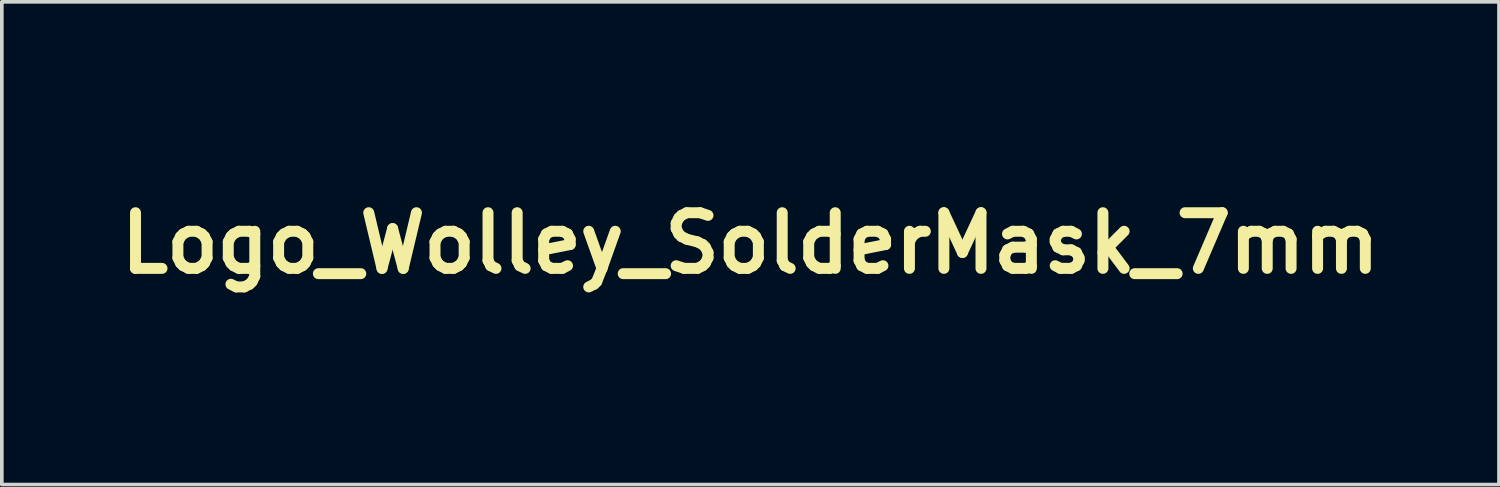
<source format=kicad_pcb>
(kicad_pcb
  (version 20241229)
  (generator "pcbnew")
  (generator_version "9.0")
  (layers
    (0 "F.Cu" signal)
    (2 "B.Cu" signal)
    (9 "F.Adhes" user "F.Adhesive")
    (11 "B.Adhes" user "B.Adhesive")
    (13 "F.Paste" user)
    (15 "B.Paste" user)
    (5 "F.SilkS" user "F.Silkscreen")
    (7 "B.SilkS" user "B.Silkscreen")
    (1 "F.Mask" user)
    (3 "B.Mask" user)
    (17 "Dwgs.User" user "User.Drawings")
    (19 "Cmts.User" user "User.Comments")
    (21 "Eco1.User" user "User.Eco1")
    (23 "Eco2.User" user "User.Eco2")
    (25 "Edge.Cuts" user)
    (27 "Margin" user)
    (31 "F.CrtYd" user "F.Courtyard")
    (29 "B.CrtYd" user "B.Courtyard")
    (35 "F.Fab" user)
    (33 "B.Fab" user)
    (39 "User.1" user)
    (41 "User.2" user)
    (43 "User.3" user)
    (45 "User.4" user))
  (footprint "Logo_Wolley_SolderMask_7mm"
    (layer "F.Cu")
    (at 17.497 3.609)
    (property "Reference" "Logo_Wolley_SolderMask_7mm" (at 0 0 0) (layer "F.SilkS") (effects (font (size 1.524 1.524) (thickness 0.3))))
    (attr through_hole)
    (fp_poly (pts (xy -7.704 -3.601) (xy -7.637 -3.592) (xy -7.571 -3.577) (xy -7.504 -3.557) (xy -7.436 -3.53) (xy -7.368 -3.496) (xy -7.364 -3.495) (xy -7.315 -3.466) (xy -7.27 -3.435) (xy -7.232 -3.401) (xy -7.198 -3.364) (xy -7.17 -3.324) (xy -7.147 -3.281) (xy -7.127 -3.233) (xy -7.113 -3.181) (xy -7.102 -3.124) (xy -7.1 -3.115) (xy -7.099 -3.099) (xy -7.097 -3.082) (xy -7.096 -3.063) (xy -7.095 -3.04) (xy -7.095 -3.013) (xy -7.095 -2.985) (xy -7.095 -2.955) (xy -7.095 -2.929) (xy -7.096 -2.905) (xy -7.098 -2.882) (xy -7.1 -2.858) (xy -7.103 -2.834) (xy -7.107 -2.806) (xy -7.112 -2.776) (xy -7.118 -2.74) (xy -7.122 -2.719) (xy -7.132 -2.666) (xy -7.143 -2.612) (xy -7.156 -2.556) (xy -7.17 -2.499) (xy -7.186 -2.44) (xy -7.204 -2.378) (xy -7.223 -2.315) (xy -7.245 -2.249) (xy -7.268 -2.18) (xy -7.293 -2.108) (xy -7.32 -2.033) (xy -7.35 -1.954) (xy -7.381 -1.872) (xy -7.416 -1.786) (xy -7.452 -1.695) (xy -7.491 -1.601) (xy -7.533 -1.501) (xy -7.577 -1.397) (xy -7.624 -1.288) (xy -7.674 -1.173) (xy -7.699 -1.118) (xy -7.716 -1.079) (xy -7.732 -1.041) (xy -7.749 -1.004) (xy -7.765 -0.968) (xy -7.781 -0.932) (xy -7.797 -0.896) (xy -7.813 -0.859) (xy -7.83 -0.821) (xy -7.848 -0.782) (xy -7.866 -0.742) (xy -7.885 -0.699) (xy -7.906 -0.653) (xy -7.927 -0.605) (xy -7.951 -0.554) (xy -7.975 -0.499) (xy -8.002 -0.441) (xy -8.03 -0.378) (xy -8.061 -0.31) (xy -8.094 -0.237) (xy -8.13 -0.16) (xy -8.133 -0.152) (xy -8.162 -0.088) (xy -8.189 -0.028) (xy -8.214 0.026) (xy -8.236 0.076) (xy -8.257 0.121) (xy -8.276 0.163) (xy -8.293 0.201) (xy -8.309 0.237) (xy -8.324 0.269) (xy -8.337 0.299) (xy -8.35 0.327) (xy -8.362 0.354) (xy -8.373 0.38) (xy -8.384 0.405) (xy -8.395 0.429) (xy -8.405 0.454) (xy -8.416 0.478) (xy -8.421 0.489) (xy -8.464 0.589) (xy -8.504 0.684) (xy -8.541 0.774) (xy -8.575 0.859) (xy -8.605 0.939) (xy -8.633 1.015) (xy -8.659 1.087) (xy -8.681 1.155) (xy -8.701 1.219) (xy -8.717 1.28) (xy -8.732 1.337) (xy -8.744 1.391) (xy -8.753 1.442) (xy -8.76 1.491) (xy -8.765 1.537) (xy -8.767 1.581) (xy -8.768 1.623) (xy -8.766 1.652) (xy -8.764 1.683) (xy -8.76 1.709) (xy -8.755 1.731) (xy -8.748 1.75) (xy -8.739 1.765) (xy -8.728 1.78) (xy -8.727 1.781) (xy -8.71 1.794) (xy -8.69 1.804) (xy -8.668 1.809) (xy -8.667 1.809) (xy -8.643 1.808) (xy -8.617 1.803) (xy -8.586 1.792) (xy -8.553 1.777) (xy -8.517 1.757) (xy -8.478 1.733) (xy -8.437 1.704) (xy -8.393 1.672) (xy -8.347 1.635) (xy -8.298 1.594) (xy -8.248 1.55) (xy -8.197 1.502) (xy -8.143 1.451) (xy -8.089 1.397) (xy -8.033 1.339) (xy -7.977 1.279) (xy -7.919 1.215) (xy -7.885 1.176) (xy -7.793 1.069) (xy -7.701 0.956) (xy -7.607 0.837) (xy -7.513 0.712) (xy -7.418 0.582) (xy -7.322 0.447) (xy -7.226 0.307) (xy -7.13 0.161) (xy -7.034 0.012) (xy -6.938 -0.143) (xy -6.843 -0.298) (xy -6.814 -0.347) (xy -6.786 -0.395) (xy -6.759 -0.441) (xy -6.732 -0.487) (xy -6.706 -0.532) (xy -6.68 -0.578) (xy -6.653 -0.625) (xy -6.626 -0.674) (xy -6.598 -0.724) (xy -6.568 -0.777) (xy -6.537 -0.834) (xy -6.505 -0.893) (xy -6.47 -0.957) (xy -6.433 -1.026) (xy -6.398 -1.091) (xy -6.366 -1.148) (xy -6.338 -1.201) (xy -6.312 -1.249) (xy -6.288 -1.291) (xy -6.267 -1.33) (xy -6.247 -1.365) (xy -6.229 -1.395) (xy -6.213 -1.423) (xy -6.198 -1.447) (xy -6.184 -1.469) (xy -6.171 -1.488) (xy -6.159 -1.505) (xy -6.148 -1.521) (xy -6.136 -1.535) (xy -6.125 -1.547) (xy -6.114 -1.559) (xy -6.106 -1.569) (xy -6.081 -1.592) (xy -6.058 -1.61) (xy -6.035 -1.624) (xy -6.011 -1.634) (xy -5.985 -1.641) (xy -5.974 -1.643) (xy -5.952 -1.646) (xy -5.932 -1.647) (xy -5.911 -1.647) (xy -5.887 -1.645) (xy -5.87 -1.643) (xy -5.831 -1.637) (xy -5.794 -1.628) (xy -5.758 -1.616) (xy -5.72 -1.601) (xy -5.691 -1.587) (xy -5.635 -1.557) (xy -5.582 -1.521) (xy -5.534 -1.482) (xy -5.489 -1.437) (xy -5.449 -1.39) (xy -5.414 -1.339) (xy -5.384 -1.284) (xy -5.36 -1.228) (xy -5.341 -1.169) (xy -5.332 -1.134) (xy -5.324 -1.085) (xy -5.32 -1.036) (xy -5.321 -0.984) (xy -5.323 -0.951) (xy -5.329 -0.886) (xy -5.337 -0.817) (xy -5.347 -0.743) (xy -5.358 -0.665) (xy -5.372 -0.582) (xy -5.387 -0.494) (xy -5.405 -0.4) (xy -5.424 -0.301) (xy -5.445 -0.197) (xy -5.457 -0.142) (xy -5.479 -0.031) (xy -5.5 0.073) (xy -5.519 0.172) (xy -5.536 0.266) (xy -5.551 0.354) (xy -5.564 0.439) (xy -5.575 0.519) (xy -5.584 0.595) (xy -5.592 0.667) (xy -5.598 0.735) (xy -5.602 0.801) (xy -5.605 0.864) (xy -5.606 0.889) (xy -5.606 0.957) (xy -5.604 1.02) (xy -5.599 1.077) (xy -5.592 1.128) (xy -5.582 1.174) (xy -5.569 1.214) (xy -5.554 1.248) (xy -5.536 1.278) (xy -5.516 1.301) (xy -5.493 1.32) (xy -5.467 1.333) (xy -5.438 1.34) (xy -5.437 1.341) (xy -5.42 1.342) (xy -5.402 1.342) (xy -5.389 1.341) (xy -5.352 1.333) (xy -5.313 1.32) (xy -5.271 1.301) (xy -5.228 1.277) (xy -5.182 1.248) (xy -5.135 1.213) (xy -5.087 1.175) (xy -5.036 1.131) (xy -4.985 1.083) (xy -4.933 1.031) (xy -4.88 0.975) (xy -4.826 0.915) (xy -4.772 0.852) (xy -4.717 0.785) (xy -4.662 0.714) (xy -4.608 0.641) (xy -4.553 0.564) (xy -4.499 0.485) (xy -4.445 0.403) (xy -4.391 0.319) (xy -4.339 0.232) (xy -4.322 0.203) (xy -4.233 0.045) (xy -4.148 -0.115) (xy -4.069 -0.278) (xy -3.994 -0.442) (xy -3.925 -0.608) (xy -3.86 -0.774) (xy -3.801 -0.942) (xy -3.747 -1.111) (xy -3.699 -1.28) (xy -3.656 -1.449) (xy -3.618 -1.618) (xy -3.586 -1.786) (xy -3.56 -1.954) (xy -3.539 -2.122) (xy -3.524 -2.288) (xy -3.515 -2.453) (xy -3.512 -2.616) (xy -3.513 -2.694) (xy -3.513 -2.724) (xy -3.514 -2.753) (xy -3.515 -2.782) (xy -3.516 -2.808) (xy -3.516 -2.831) (xy -3.517 -2.849) (xy -3.518 -2.862) (xy -3.52 -2.898) (xy -3.522 -2.933) (xy -3.523 -2.967) (xy -3.524 -2.998) (xy -3.524 -3.026) (xy -3.523 -3.05) (xy -3.522 -3.069) (xy -3.521 -3.075) (xy -3.515 -3.112) (xy -3.505 -3.143) (xy -3.491 -3.171) (xy -3.474 -3.194) (xy -3.453 -3.213) (xy -3.426 -3.228) (xy -3.395 -3.24) (xy -3.359 -3.248) (xy -3.318 -3.254) (xy -3.309 -3.254) (xy -3.279 -3.256) (xy -3.244 -3.256) (xy -3.209 -3.254) (xy -3.175 -3.251) (xy -3.144 -3.247) (xy -3.142 -3.246) (xy -3.099 -3.237) (xy -3.057 -3.224) (xy -3.014 -3.206) (xy -2.971 -3.184) (xy -2.926 -3.158) (xy -2.88 -3.126) (xy -2.854 -3.107) (xy -2.812 -3.072) (xy -2.775 -3.038) (xy -2.743 -3.003) (xy -2.717 -2.968) (xy -2.695 -2.931) (xy -2.677 -2.891) (xy -2.664 -2.849) (xy -2.655 -2.811) (xy -2.652 -2.796) (xy -2.649 -2.781) (xy -2.647 -2.765) (xy -2.645 -2.749) (xy -2.644 -2.731) (xy -2.642 -2.71) (xy -2.641 -2.685) (xy -2.64 -2.657) (xy -2.639 -2.623) (xy -2.638 -2.6) (xy -2.637 -2.504) (xy -2.638 -2.411) (xy -2.641 -2.32) (xy -2.648 -2.229) (xy -2.657 -2.137) (xy -2.67 -2.043) (xy -2.685 -1.945) (xy -2.688 -1.93) (xy -2.714 -1.794) (xy -2.746 -1.656) (xy -2.783 -1.515) (xy -2.826 -1.372) (xy -2.873 -1.227) (xy -2.926 -1.081) (xy -2.983 -0.934) (xy -3.045 -0.786) (xy -3.112 -0.638) (xy -3.182 -0.489) (xy -3.258 -0.34) (xy -3.337 -0.192) (xy -3.42 -0.045) (xy -3.507 0.102) (xy -3.598 0.247) (xy -3.693 0.39) (xy -3.791 0.532) (xy -3.892 0.672) (xy -3.921 0.711) (xy -3.98 0.789) (xy -4.038 0.863) (xy -4.096 0.934) (xy -4.156 1.005) (xy -4.217 1.077) (xy -4.282 1.15) (xy -4.313 1.184) (xy -4.33 1.203) (xy -4.351 1.225) (xy -4.375 1.25) (xy -4.402 1.277) (xy -4.43 1.306) (xy -4.459 1.335) (xy -4.489 1.365) (xy -4.518 1.394) (xy -4.546 1.421) (xy -4.573 1.447) (xy -4.597 1.47) (xy -4.618 1.49) (xy -4.636 1.506) (xy -4.72 1.579) (xy -4.803 1.647) (xy -4.883 1.709) (xy -4.962 1.765) (xy -5.039 1.815) (xy -5.113 1.86) (xy -5.186 1.898) (xy -5.256 1.931) (xy -5.324 1.958) (xy -5.377 1.975) (xy -5.422 1.987) (xy -5.465 1.996) (xy -5.506 2.002) (xy -5.549 2.005) (xy -5.593 2.006) (xy -5.64 2.004) (xy -5.695 2) (xy -5.746 1.994) (xy -5.792 1.987) (xy -5.837 1.978) (xy -5.88 1.967) (xy -5.893 1.963) (xy -5.956 1.941) (xy -6.014 1.915) (xy -6.069 1.883) (xy -6.121 1.847) (xy -6.168 1.805) (xy -6.212 1.759) (xy -6.253 1.708) (xy -6.29 1.651) (xy -6.323 1.589) (xy -6.353 1.522) (xy -6.38 1.45) (xy -6.403 1.372) (xy -6.406 1.364) (xy -6.42 1.303) (xy -6.433 1.238) (xy -6.445 1.169) (xy -6.455 1.095) (xy -6.463 1.016) (xy -6.471 0.931) (xy -6.471 0.922) (xy -6.472 0.908) (xy -6.473 0.888) (xy -6.473 0.864) (xy -6.474 0.835) (xy -6.474 0.802) (xy -6.475 0.767) (xy -6.475 0.729) (xy -6.475 0.69) (xy -6.475 0.65) (xy -6.475 0.611) (xy -6.475 0.571) (xy -6.475 0.533) (xy -6.475 0.497) (xy -6.474 0.464) (xy -6.474 0.435) (xy -6.473 0.409) (xy -6.473 0.388) (xy -6.472 0.374) (xy -6.471 0.357) (xy -6.47 0.344) (xy -6.47 0.333) (xy -6.47 0.328) (xy -6.47 0.327) (xy -6.471 0.33) (xy -6.476 0.337) (xy -6.484 0.348) (xy -6.493 0.362) (xy -6.505 0.379) (xy -6.517 0.398) (xy -6.519 0.401) (xy -6.576 0.485) (xy -6.638 0.572) (xy -6.704 0.663) (xy -6.773 0.755) (xy -6.845 0.849) (xy -6.921 0.944) (xy -6.998 1.039) (xy -7.078 1.134) (xy -7.158 1.229) (xy -7.215 1.294) (xy -7.284 1.372) (xy -7.356 1.45) (xy -7.43 1.528) (xy -7.504 1.604) (xy -7.578 1.68) (xy -7.652 1.752) (xy -7.724 1.822) (xy -7.794 1.887) (xy -7.855 1.942) (xy -7.903 1.984) (xy -7.953 2.026) (xy -8.003 2.067) (xy -8.053 2.108) (xy -8.101 2.146) (xy -8.147 2.18) (xy -8.161 2.19) (xy -8.243 2.248) (xy -8.322 2.301) (xy -8.399 2.348) (xy -8.473 2.39) (xy -8.545 2.426) (xy -8.615 2.456) (xy -8.682 2.482) (xy -8.747 2.501) (xy -8.81 2.516) (xy -8.871 2.525) (xy -8.931 2.529) (xy -8.974 2.528) (xy -9.04 2.523) (xy -9.101 2.513) (xy -9.158 2.499) (xy -9.21 2.479) (xy -9.258 2.455) (xy -9.302 2.427) (xy -9.342 2.393) (xy -9.378 2.355) (xy -9.41 2.312) (xy -9.438 2.264) (xy -9.462 2.211) (xy -9.482 2.153) (xy -9.493 2.11) (xy -9.501 2.075) (xy -9.508 2.042) (xy -9.513 2.009) (xy -9.517 1.975) (xy -9.52 1.94) (xy -9.522 1.902) (xy -9.523 1.86) (xy -9.523 1.818) (xy -9.523 1.765) (xy -9.521 1.715) (xy -9.519 1.665) (xy -9.515 1.615) (xy -9.509 1.564) (xy -9.502 1.51) (xy -9.494 1.453) (xy -9.484 1.391) (xy -9.482 1.38) (xy -9.467 1.297) (xy -9.45 1.212) (xy -9.43 1.124) (xy -9.408 1.032) (xy -9.384 0.937) (xy -9.357 0.838) (xy -9.327 0.735) (xy -9.295 0.629) (xy -9.26 0.518) (xy -9.223 0.402) (xy -9.183 0.282) (xy -9.139 0.157) (xy -9.093 0.028) (xy -9.044 -0.107) (xy -8.993 -0.244) (xy -8.95 -0.361) (xy -8.906 -0.478) (xy -8.863 -0.596) (xy -8.82 -0.715) (xy -8.777 -0.834) (xy -8.734 -0.953) (xy -8.692 -1.072) (xy -8.65 -1.191) (xy -8.609 -1.309) (xy -8.568 -1.425) (xy -8.528 -1.541) (xy -8.489 -1.655) (xy -8.451 -1.767) (xy -8.414 -1.877) (xy -8.378 -1.985) (xy -8.344 -2.09) (xy -8.31 -2.192) (xy -8.278 -2.292) (xy -8.248 -2.387) (xy -8.219 -2.479) (xy -8.191 -2.567) (xy -8.166 -2.651) (xy -8.142 -2.731) (xy -8.12 -2.806) (xy -8.1 -2.875) (xy -8.082 -2.94) (xy -8.067 -2.998) (xy -8.062 -3.018) (xy -8.057 -3.038) (xy -8.051 -3.063) (xy -8.045 -3.092) (xy -8.038 -3.124) (xy -8.031 -3.158) (xy -8.024 -3.191) (xy -8.018 -3.225) (xy -8.015 -3.235) (xy -8.006 -3.286) (xy -7.997 -3.33) (xy -7.989 -3.369) (xy -7.981 -3.404) (xy -7.974 -3.433) (xy -7.967 -3.459) (xy -7.961 -3.481) (xy -7.954 -3.5) (xy -7.948 -3.517) (xy -7.941 -3.531) (xy -7.934 -3.543) (xy -7.926 -3.554) (xy -7.918 -3.564) (xy -7.917 -3.565) (xy -7.902 -3.579) (xy -7.886 -3.589) (xy -7.867 -3.596) (xy -7.843 -3.6) (xy -7.837 -3.601) (xy -7.77 -3.604) (xy -7.704 -3.601)) (stroke (width 0.01) (type solid)) (fill yes) (layer "F.Mask"))
    (fp_poly (pts (xy 4.486 -3.365) (xy 4.536 -3.36) (xy 4.583 -3.351) (xy 4.602 -3.345) (xy 4.648 -3.327) (xy 4.69 -3.304) (xy 4.729 -3.275) (xy 4.764 -3.242) (xy 4.795 -3.204) (xy 4.822 -3.162) (xy 4.846 -3.115) (xy 4.865 -3.064) (xy 4.879 -3.008) (xy 4.89 -2.949) (xy 4.891 -2.938) (xy 4.893 -2.916) (xy 4.895 -2.89) (xy 4.895 -2.862) (xy 4.896 -2.832) (xy 4.895 -2.804) (xy 4.895 -2.778) (xy 4.893 -2.756) (xy 4.893 -2.751) (xy 4.883 -2.685) (xy 4.869 -2.615) (xy 4.85 -2.542) (xy 4.826 -2.465) (xy 4.799 -2.386) (xy 4.767 -2.303) (xy 4.731 -2.218) (xy 4.69 -2.131) (xy 4.646 -2.041) (xy 4.599 -1.95) (xy 4.547 -1.857) (xy 4.492 -1.763) (xy 4.434 -1.668) (xy 4.373 -1.572) (xy 4.308 -1.476) (xy 4.241 -1.379) (xy 4.17 -1.282) (xy 4.156 -1.264) (xy 4.051 -1.127) (xy 3.943 -0.994) (xy 3.832 -0.865) (xy 3.719 -0.741) (xy 3.603 -0.622) (xy 3.487 -0.507) (xy 3.369 -0.398) (xy 3.249 -0.295) (xy 3.173 -0.233) (xy 3.147 -0.212) (xy 3.119 -0.19) (xy 3.09 -0.168) (xy 3.061 -0.146) (xy 3.033 -0.125) (xy 3.007 -0.106) (xy 2.985 -0.09) (xy 2.976 -0.084) (xy 2.966 -0.077) (xy 2.959 -0.071) (xy 2.953 -0.064) (xy 2.947 -0.055) (xy 2.939 -0.042) (xy 2.934 -0.033) (xy 2.892 0.048) (xy 2.852 0.133) (xy 2.814 0.22) (xy 2.781 0.309) (xy 2.751 0.399) (xy 2.724 0.488) (xy 2.703 0.575) (xy 2.686 0.66) (xy 2.681 0.686) (xy 2.673 0.75) (xy 2.667 0.814) (xy 2.665 0.877) (xy 2.665 0.94) (xy 2.668 0.999) (xy 2.674 1.056) (xy 2.684 1.108) (xy 2.689 1.132) (xy 2.702 1.175) (xy 2.718 1.213) (xy 2.737 1.245) (xy 2.759 1.272) (xy 2.784 1.293) (xy 2.812 1.308) (xy 2.843 1.318) (xy 2.877 1.323) (xy 2.905 1.323) (xy 2.949 1.318) (xy 2.995 1.308) (xy 3.043 1.293) (xy 3.095 1.273) (xy 3.15 1.248) (xy 3.208 1.218) (xy 3.269 1.183) (xy 3.278 1.177) (xy 3.33 1.144) (xy 3.384 1.107) (xy 3.442 1.066) (xy 3.502 1.021) (xy 3.564 0.972) (xy 3.628 0.921) (xy 3.692 0.867) (xy 3.756 0.811) (xy 3.821 0.754) (xy 3.885 0.695) (xy 3.947 0.636) (xy 3.952 0.631) (xy 3.993 0.59) (xy 3.996 0.547) (xy 4.004 0.444) (xy 4.019 0.341) (xy 4.04 0.239) (xy 4.048 0.209) (xy 4.753 0.209) (xy 4.754 0.209) (xy 4.758 0.209) (xy 4.765 0.206) (xy 4.776 0.202) (xy 4.792 0.195) (xy 4.801 0.191) (xy 4.9 0.145) (xy 4.994 0.095) (xy 5.085 0.041) (xy 5.172 -0.017) (xy 5.256 -0.08) (xy 5.286 -0.104) (xy 5.337 -0.147) (xy 5.385 -0.191) (xy 5.431 -0.236) (xy 5.474 -0.281) (xy 5.513 -0.326) (xy 5.549 -0.37) (xy 5.581 -0.414) (xy 5.61 -0.456) (xy 5.634 -0.497) (xy 5.654 -0.537) (xy 5.669 -0.574) (xy 5.679 -0.609) (xy 5.684 -0.641) (xy 5.684 -0.651) (xy 5.683 -0.675) (xy 5.68 -0.694) (xy 5.673 -0.711) (xy 5.665 -0.72) (xy 5.654 -0.732) (xy 5.641 -0.74) (xy 5.624 -0.745) (xy 5.604 -0.748) (xy 5.591 -0.748) (xy 5.563 -0.748) (xy 5.536 -0.744) (xy 5.508 -0.736) (xy 5.477 -0.724) (xy 5.461 -0.717) (xy 5.412 -0.691) (xy 5.363 -0.66) (xy 5.313 -0.623) (xy 5.263 -0.581) (xy 5.213 -0.534) (xy 5.163 -0.483) (xy 5.113 -0.428) (xy 5.065 -0.37) (xy 5.018 -0.308) (xy 4.973 -0.244) (xy 4.93 -0.177) (xy 4.902 -0.13) (xy 4.881 -0.092) (xy 4.86 -0.051) (xy 4.839 -0.008) (xy 4.818 0.037) (xy 4.8 0.081) (xy 4.783 0.123) (xy 4.768 0.161) (xy 4.763 0.178) (xy 4.759 0.191) (xy 4.755 0.201) (xy 4.753 0.207) (xy 4.753 0.209) (xy 4.048 0.209) (xy 4.067 0.137) (xy 4.085 0.081) (xy 4.119 -0.013) (xy 4.157 -0.105) (xy 4.201 -0.196) (xy 4.248 -0.286) (xy 4.3 -0.373) (xy 4.355 -0.458) (xy 4.414 -0.54) (xy 4.475 -0.619) (xy 4.54 -0.695) (xy 4.608 -0.768) (xy 4.678 -0.837) (xy 4.75 -0.902) (xy 4.823 -0.962) (xy 4.899 -1.018) (xy 4.976 -1.069) (xy 5.053 -1.115) (xy 5.132 -1.155) (xy 5.211 -1.189) (xy 5.284 -1.216) (xy 5.348 -1.235) (xy 5.41 -1.248) (xy 5.471 -1.258) (xy 5.533 -1.262) (xy 5.597 -1.263) (xy 5.604 -1.263) (xy 5.64 -1.261) (xy 5.672 -1.259) (xy 5.702 -1.255) (xy 5.732 -1.251) (xy 5.764 -1.244) (xy 5.772 -1.243) (xy 5.833 -1.226) (xy 5.891 -1.206) (xy 5.944 -1.18) (xy 5.994 -1.151) (xy 6.039 -1.118) (xy 6.08 -1.081) (xy 6.115 -1.04) (xy 6.146 -0.997) (xy 6.172 -0.949) (xy 6.193 -0.899) (xy 6.204 -0.862) (xy 6.21 -0.829) (xy 6.215 -0.792) (xy 6.217 -0.753) (xy 6.217 -0.714) (xy 6.214 -0.675) (xy 6.212 -0.659) (xy 6.201 -0.599) (xy 6.183 -0.537) (xy 6.159 -0.475) (xy 6.13 -0.412) (xy 6.095 -0.348) (xy 6.054 -0.284) (xy 6.008 -0.221) (xy 5.958 -0.159) (xy 5.942 -0.14) (xy 5.922 -0.119) (xy 5.899 -0.095) (xy 5.874 -0.07) (xy 5.849 -0.045) (xy 5.823 -0.02) (xy 5.799 0.003) (xy 5.776 0.024) (xy 5.757 0.041) (xy 5.756 0.042) (xy 5.676 0.108) (xy 5.593 0.171) (xy 5.509 0.231) (xy 5.425 0.288) (xy 5.34 0.34) (xy 5.257 0.387) (xy 5.206 0.414) (xy 5.125 0.453) (xy 5.044 0.486) (xy 4.964 0.515) (xy 4.886 0.539) (xy 4.809 0.558) (xy 4.734 0.571) (xy 4.695 0.576) (xy 4.697 0.621) (xy 4.702 0.685) (xy 4.712 0.746) (xy 4.727 0.804) (xy 4.747 0.858) (xy 4.77 0.908) (xy 4.798 0.954) (xy 4.831 0.996) (xy 4.867 1.033) (xy 4.907 1.065) (xy 4.952 1.093) (xy 4.965 1.1) (xy 5.014 1.121) (xy 5.067 1.137) (xy 5.122 1.148) (xy 5.181 1.154) (xy 5.243 1.155) (xy 5.307 1.151) (xy 5.373 1.142) (xy 5.442 1.128) (xy 5.513 1.11) (xy 5.585 1.087) (xy 5.658 1.059) (xy 5.733 1.026) (xy 5.809 0.989) (xy 5.886 0.948) (xy 5.963 0.902) (xy 6.019 0.866) (xy 6.089 0.817) (xy 6.159 0.765) (xy 6.23 0.708) (xy 6.298 0.649) (xy 6.364 0.589) (xy 6.426 0.529) (xy 6.43 0.525) (xy 6.463 0.491) (xy 6.47 0.448) (xy 6.475 0.423) (xy 6.48 0.399) (xy 6.485 0.374) (xy 6.491 0.348) (xy 6.498 0.321) (xy 6.507 0.293) (xy 6.516 0.262) (xy 6.527 0.229) (xy 6.539 0.193) (xy 6.552 0.153) (xy 6.568 0.11) (xy 6.585 0.063) (xy 6.604 0.011) (xy 6.625 -0.045) (xy 6.648 -0.107) (xy 6.66 -0.137) (xy 6.68 -0.19) (xy 6.698 -0.237) (xy 6.714 -0.281) (xy 6.729 -0.32) (xy 6.742 -0.355) (xy 6.755 -0.388) (xy 6.766 -0.419) (xy 6.776 -0.448) (xy 6.787 -0.476) (xy 6.797 -0.503) (xy 6.807 -0.531) (xy 6.816 -0.557) (xy 6.86 -0.685) (xy 6.9 -0.809) (xy 6.937 -0.928) (xy 6.97 -1.044) (xy 7 -1.157) (xy 7.026 -1.266) (xy 7.05 -1.374) (xy 7.07 -1.479) (xy 7.076 -1.511) (xy 7.08 -1.536) (xy 7.084 -1.555) (xy 7.088 -1.57) (xy 7.091 -1.583) (xy 7.095 -1.593) (xy 7.098 -1.599) (xy 7.11 -1.621) (xy 7.124 -1.639) (xy 7.14 -1.652) (xy 7.146 -1.655) (xy 7.165 -1.66) (xy 7.188 -1.661) (xy 7.215 -1.658) (xy 7.245 -1.652) (xy 7.279 -1.641) (xy 7.315 -1.627) (xy 7.354 -1.609) (xy 7.356 -1.608) (xy 7.412 -1.578) (xy 7.464 -1.543) (xy 7.512 -1.506) (xy 7.556 -1.466) (xy 7.595 -1.423) (xy 7.628 -1.378) (xy 7.657 -1.331) (xy 7.68 -1.282) (xy 7.694 -1.24) (xy 7.704 -1.197) (xy 7.71 -1.152) (xy 7.712 -1.103) (xy 7.709 -1.05) (xy 7.703 -0.994) (xy 7.692 -0.932) (xy 7.69 -0.919) (xy 7.682 -0.884) (xy 7.673 -0.847) (xy 7.663 -0.809) (xy 7.651 -0.769) (xy 7.637 -0.727) (xy 7.623 -0.683) (xy 7.606 -0.636) (xy 7.587 -0.587) (xy 7.567 -0.534) (xy 7.544 -0.478) (xy 7.519 -0.417) (xy 7.492 -0.353) (xy 7.462 -0.285) (xy 7.43 -0.211) (xy 7.395 -0.133) (xy 7.357 -0.049) (xy 7.349 -0.032) (xy 7.326 0.019) (xy 7.306 0.065) (xy 7.287 0.106) (xy 7.271 0.142) (xy 7.257 0.175) (xy 7.245 0.204) (xy 7.234 0.23) (xy 7.225 0.253) (xy 7.217 0.274) (xy 7.21 0.293) (xy 7.204 0.311) (xy 7.199 0.328) (xy 7.196 0.338) (xy 7.191 0.358) (xy 7.188 0.374) (xy 7.187 0.391) (xy 7.187 0.4) (xy 7.187 0.413) (xy 7.187 0.423) (xy 7.189 0.428) (xy 7.191 0.433) (xy 7.195 0.437) (xy 7.196 0.437) (xy 7.203 0.442) (xy 7.21 0.444) (xy 7.22 0.444) (xy 7.221 0.444) (xy 7.237 0.44) (xy 7.257 0.432) (xy 7.281 0.42) (xy 7.309 0.403) (xy 7.341 0.381) (xy 7.377 0.356) (xy 7.417 0.326) (xy 7.46 0.292) (xy 7.506 0.254) (xy 7.556 0.212) (xy 7.609 0.167) (xy 7.666 0.117) (xy 7.725 0.064) (xy 7.787 0.007) (xy 7.853 -0.053) (xy 7.921 -0.117) (xy 7.99 -0.182) (xy 8.01 -0.202) (xy 8.033 -0.224) (xy 8.059 -0.249) (xy 8.087 -0.277) (xy 8.117 -0.307) (xy 8.149 -0.339) (xy 8.182 -0.371) (xy 8.216 -0.405) (xy 8.249 -0.439) (xy 8.283 -0.472) (xy 8.316 -0.505) (xy 8.348 -0.538) (xy 8.379 -0.569) (xy 8.407 -0.598) (xy 8.434 -0.625) (xy 8.457 -0.649) (xy 8.478 -0.67) (xy 8.495 -0.688) (xy 8.508 -0.702) (xy 8.511 -0.705) (xy 8.553 -0.752) (xy 8.594 -0.798) (xy 8.632 -0.842) (xy 8.669 -0.887) (xy 8.706 -0.932) (xy 8.743 -0.979) (xy 8.78 -1.027) (xy 8.819 -1.079) (xy 8.86 -1.135) (xy 8.9 -1.191) (xy 8.921 -1.22) (xy 8.94 -1.245) (xy 8.956 -1.265) (xy 8.971 -1.281) (xy 8.984 -1.293) (xy 8.997 -1.303) (xy 9.009 -1.31) (xy 9.012 -1.312) (xy 9.032 -1.319) (xy 9.052 -1.321) (xy 9.07 -1.318) (xy 9.075 -1.316) (xy 9.086 -1.311) (xy 9.101 -1.301) (xy 9.119 -1.289) (xy 9.139 -1.273) (xy 9.161 -1.257) (xy 9.184 -1.238) (xy 9.206 -1.219) (xy 9.228 -1.201) (xy 9.248 -1.182) (xy 9.26 -1.172) (xy 9.301 -1.129) (xy 9.337 -1.087) (xy 9.368 -1.045) (xy 9.393 -1.003) (xy 9.414 -0.96) (xy 9.43 -0.915) (xy 9.441 -0.873) (xy 9.444 -0.855) (xy 9.446 -0.832) (xy 9.448 -0.806) (xy 9.448 -0.779) (xy 9.448 -0.752) (xy 9.447 -0.727) (xy 9.445 -0.705) (xy 9.444 -0.7) (xy 9.436 -0.653) (xy 9.424 -0.606) (xy 9.409 -0.558) (xy 9.39 -0.508) (xy 9.367 -0.454) (xy 9.34 -0.398) (xy 9.338 -0.395) (xy 9.327 -0.373) (xy 9.316 -0.351) (xy 9.304 -0.329) (xy 9.291 -0.306) (xy 9.277 -0.281) (xy 9.262 -0.255) (xy 9.245 -0.226) (xy 9.226 -0.195) (xy 9.205 -0.16) (xy 9.182 -0.122) (xy 9.156 -0.08) (xy 9.127 -0.033) (xy 9.105 0.002) (xy 9.077 0.048) (xy 9.051 0.089) (xy 9.028 0.126) (xy 9.007 0.16) (xy 8.989 0.19) (xy 8.972 0.219) (xy 8.956 0.245) (xy 8.941 0.27) (xy 8.927 0.295) (xy 8.912 0.32) (xy 8.899 0.344) (xy 8.87 0.395) (xy 8.841 0.447) (xy 8.812 0.501) (xy 8.782 0.557) (xy 8.751 0.615) (xy 8.718 0.675) (xy 8.684 0.739) (xy 8.649 0.807) (xy 8.611 0.878) (xy 8.572 0.953) (xy 8.53 1.034) (xy 8.486 1.119) (xy 8.46 1.17) (xy 8.431 1.225) (xy 8.406 1.275) (xy 8.383 1.319) (xy 8.362 1.358) (xy 8.345 1.392) (xy 8.33 1.42) (xy 8.318 1.443) (xy 8.308 1.461) (xy 8.302 1.472) (xy 8.302 1.473) (xy 8.297 1.482) (xy 8.294 1.488) (xy 8.294 1.491) (xy 8.297 1.491) (xy 8.305 1.492) (xy 8.318 1.494) (xy 8.333 1.495) (xy 8.336 1.495) (xy 8.435 1.507) (xy 8.535 1.524) (xy 8.635 1.547) (xy 8.735 1.576) (xy 8.834 1.609) (xy 8.932 1.647) (xy 9.027 1.69) (xy 9.119 1.738) (xy 9.207 1.789) (xy 9.257 1.821) (xy 9.303 1.853) (xy 9.345 1.885) (xy 9.384 1.917) (xy 9.419 1.949) (xy 9.449 1.98) (xy 9.475 2.01) (xy 9.495 2.038) (xy 9.511 2.065) (xy 9.52 2.089) (xy 9.524 2.112) (xy 9.523 2.133) (xy 9.516 2.153) (xy 9.503 2.172) (xy 9.497 2.178) (xy 9.487 2.187) (xy 9.474 2.197) (xy 9.462 2.205) (xy 9.449 2.213) (xy 9.439 2.218) (xy 9.433 2.219) (xy 9.429 2.218) (xy 9.42 2.214) (xy 9.408 2.207) (xy 9.392 2.199) (xy 9.373 2.19) (xy 9.353 2.179) (xy 9.352 2.178) (xy 9.32 2.161) (xy 9.292 2.146) (xy 9.268 2.134) (xy 9.246 2.123) (xy 9.226 2.113) (xy 9.208 2.104) (xy 9.189 2.095) (xy 9.171 2.088) (xy 9.081 2.051) (xy 8.989 2.02) (xy 8.894 1.993) (xy 8.796 1.973) (xy 8.695 1.957) (xy 8.65 1.951) (xy 8.588 1.946) (xy 8.521 1.942) (xy 8.451 1.941) (xy 8.379 1.941) (xy 8.305 1.943) (xy 8.233 1.947) (xy 8.163 1.952) (xy 8.118 1.957) (xy 8.094 1.96) (xy 8.074 1.966) (xy 8.056 1.973) (xy 8.037 1.984) (xy 8.016 1.999) (xy 8.015 1.999) (xy 7.988 2.021) (xy 7.96 2.047) (xy 7.93 2.076) (xy 7.898 2.11) (xy 7.865 2.148) (xy 7.83 2.19) (xy 7.793 2.237) (xy 7.753 2.289) (xy 7.711 2.346) (xy 7.666 2.408) (xy 7.637 2.45) (xy 7.586 2.523) (xy 7.538 2.592) (xy 7.492 2.656) (xy 7.449 2.715) (xy 7.408 2.77) (xy 7.37 2.822) (xy 7.333 2.87) (xy 7.298 2.915) (xy 7.265 2.958) (xy 7.232 2.998) (xy 7.2 3.036) (xy 7.169 3.072) (xy 7.138 3.106) (xy 7.107 3.139) (xy 7.076 3.172) (xy 7.045 3.204) (xy 7.036 3.213) (xy 6.967 3.279) (xy 6.898 3.339) (xy 6.829 3.392) (xy 6.761 3.439) (xy 6.693 3.48) (xy 6.624 3.515) (xy 6.555 3.545) (xy 6.486 3.568) (xy 6.416 3.585) (xy 6.346 3.597) (xy 6.317 3.6) (xy 6.3 3.602) (xy 6.28 3.602) (xy 6.259 3.603) (xy 6.237 3.603) (xy 6.218 3.603) (xy 6.201 3.602) (xy 6.193 3.602) (xy 6.126 3.592) (xy 6.062 3.577) (xy 6.002 3.558) (xy 5.943 3.534) (xy 5.884 3.504) (xy 5.879 3.502) (xy 5.818 3.465) (xy 5.76 3.423) (xy 5.705 3.378) (xy 5.654 3.33) (xy 5.607 3.278) (xy 5.566 3.225) (xy 5.529 3.169) (xy 5.505 3.126) (xy 5.485 3.081) (xy 5.469 3.038) (xy 5.462 3.009) (xy 6.066 3.009) (xy 6.068 3.023) (xy 6.075 3.034) (xy 6.079 3.037) (xy 6.088 3.04) (xy 6.101 3.041) (xy 6.118 3.041) (xy 6.138 3.04) (xy 6.158 3.039) (xy 6.179 3.036) (xy 6.198 3.033) (xy 6.205 3.031) (xy 6.232 3.023) (xy 6.256 3.015) (xy 6.279 3.006) (xy 6.305 2.994) (xy 6.318 2.987) (xy 6.346 2.973) (xy 6.374 2.956) (xy 6.403 2.937) (xy 6.433 2.916) (xy 6.465 2.893) (xy 6.498 2.866) (xy 6.533 2.837) (xy 6.571 2.804) (xy 6.611 2.768) (xy 6.653 2.729) (xy 6.698 2.685) (xy 6.747 2.638) (xy 6.799 2.586) (xy 6.854 2.529) (xy 6.89 2.492) (xy 6.928 2.454) (xy 6.962 2.419) (xy 6.991 2.388) (xy 7.018 2.36) (xy 7.041 2.335) (xy 7.062 2.312) (xy 7.08 2.291) (xy 7.097 2.272) (xy 7.112 2.255) (xy 7.126 2.238) (xy 7.139 2.221) (xy 7.151 2.204) (xy 7.154 2.202) (xy 7.176 2.171) (xy 7.193 2.143) (xy 7.205 2.118) (xy 7.213 2.098) (xy 7.217 2.081) (xy 7.215 2.068) (xy 7.209 2.058) (xy 7.198 2.053) (xy 7.182 2.052) (xy 7.162 2.054) (xy 7.14 2.06) (xy 7.114 2.07) (xy 7.084 2.084) (xy 7.049 2.102) (xy 7.01 2.124) (xy 6.968 2.149) (xy 6.921 2.178) (xy 6.871 2.21) (xy 6.818 2.246) (xy 6.762 2.285) (xy 6.703 2.326) (xy 6.641 2.371) (xy 6.577 2.418) (xy 6.549 2.439) (xy 6.52 2.461) (xy 6.495 2.481) (xy 6.472 2.499) (xy 6.45 2.517) (xy 6.429 2.536) (xy 6.408 2.556) (xy 6.384 2.579) (xy 6.358 2.605) (xy 6.345 2.617) (xy 6.292 2.672) (xy 6.244 2.725) (xy 6.201 2.774) (xy 6.164 2.822) (xy 6.132 2.866) (xy 6.106 2.908) (xy 6.088 2.942) (xy 6.076 2.968) (xy 6.069 2.991) (xy 6.066 3.009) (xy 5.462 3.009) (xy 5.459 2.996) (xy 5.453 2.953) (xy 5.452 2.91) (xy 5.455 2.865) (xy 5.465 2.801) (xy 5.481 2.737) (xy 5.503 2.674) (xy 5.531 2.61) (xy 5.566 2.547) (xy 5.607 2.484) (xy 5.654 2.42) (xy 5.676 2.392) (xy 5.689 2.378) (xy 5.705 2.361) (xy 5.724 2.34) (xy 5.746 2.319) (xy 5.769 2.296) (xy 5.792 2.273) (xy 5.815 2.251) (xy 5.836 2.231) (xy 5.856 2.213) (xy 5.872 2.198) (xy 5.875 2.196) (xy 5.961 2.128) (xy 6.053 2.062) (xy 6.15 1.998) (xy 6.253 1.936) (xy 6.361 1.877) (xy 6.474 1.82) (xy 6.592 1.766) (xy 6.715 1.714) (xy 6.842 1.666) (xy 6.973 1.62) (xy 6.975 1.619) (xy 7.015 1.606) (xy 7.055 1.594) (xy 7.096 1.581) (xy 7.14 1.568) (xy 7.188 1.555) (xy 7.241 1.54) (xy 7.247 1.538) (xy 7.299 1.524) (xy 7.345 1.51) (xy 7.386 1.498) (xy 7.422 1.485) (xy 7.455 1.474) (xy 7.483 1.462) (xy 7.509 1.45) (xy 7.532 1.438) (xy 7.553 1.425) (xy 7.573 1.411) (xy 7.591 1.396) (xy 7.609 1.38) (xy 7.619 1.37) (xy 7.635 1.353) (xy 7.651 1.335) (xy 7.667 1.316) (xy 7.682 1.295) (xy 7.697 1.272) (xy 7.714 1.246) (xy 7.731 1.216) (xy 7.751 1.182) (xy 7.772 1.142) (xy 7.773 1.14) (xy 7.822 1.049) (xy 7.871 0.956) (xy 7.922 0.861) (xy 7.972 0.766) (xy 8.021 0.671) (xy 8.07 0.577) (xy 8.118 0.485) (xy 8.164 0.396) (xy 8.208 0.31) (xy 8.249 0.229) (xy 8.262 0.203) (xy 8.28 0.169) (xy 8.294 0.14) (xy 8.306 0.117) (xy 8.315 0.098) (xy 8.321 0.086) (xy 8.323 0.078) (xy 8.323 0.075) (xy 8.319 0.077) (xy 8.312 0.083) (xy 8.301 0.094) (xy 8.287 0.109) (xy 8.269 0.129) (xy 8.248 0.152) (xy 8.239 0.162) (xy 8.186 0.22) (xy 8.132 0.278) (xy 8.079 0.334) (xy 8.028 0.388) (xy 7.977 0.44) (xy 7.929 0.489) (xy 7.883 0.534) (xy 7.84 0.577) (xy 7.8 0.615) (xy 7.764 0.648) (xy 7.688 0.715) (xy 7.615 0.776) (xy 7.543 0.832) (xy 7.474 0.883) (xy 7.406 0.928) (xy 7.34 0.968) (xy 7.275 1.003) (xy 7.211 1.033) (xy 7.148 1.058) (xy 7.086 1.078) (xy 7.025 1.093) (xy 6.986 1.101) (xy 6.966 1.103) (xy 6.943 1.105) (xy 6.916 1.106) (xy 6.888 1.107) (xy 6.861 1.107) (xy 6.834 1.106) (xy 6.811 1.104) (xy 6.792 1.102) (xy 6.785 1.101) (xy 6.734 1.087) (xy 6.687 1.069) (xy 6.644 1.046) (xy 6.605 1.018) (xy 6.571 0.986) (xy 6.541 0.949) (xy 6.515 0.907) (xy 6.507 0.891) (xy 6.5 0.875) (xy 6.494 0.861) (xy 6.488 0.845) (xy 6.482 0.827) (xy 6.475 0.806) (xy 6.471 0.791) (xy 6.47 0.789) (xy 6.468 0.788) (xy 6.465 0.79) (xy 6.46 0.794) (xy 6.452 0.802) (xy 6.442 0.813) (xy 6.428 0.828) (xy 6.423 0.834) (xy 6.401 0.858) (xy 6.376 0.884) (xy 6.349 0.912) (xy 6.321 0.941) (xy 6.292 0.971) (xy 6.264 0.999) (xy 6.237 1.025) (xy 6.213 1.048) (xy 6.192 1.068) (xy 6.111 1.139) (xy 6.03 1.204) (xy 5.949 1.264) (xy 5.866 1.318) (xy 5.783 1.367) (xy 5.712 1.404) (xy 5.625 1.445) (xy 5.539 1.48) (xy 5.452 1.509) (xy 5.364 1.533) (xy 5.273 1.551) (xy 5.179 1.565) (xy 5.177 1.566) (xy 5.152 1.568) (xy 5.122 1.57) (xy 5.089 1.572) (xy 5.054 1.573) (xy 5.017 1.574) (xy 4.982 1.575) (xy 4.948 1.574) (xy 4.917 1.574) (xy 4.891 1.573) (xy 4.882 1.572) (xy 4.798 1.562) (xy 4.719 1.549) (xy 4.643 1.53) (xy 4.572 1.507) (xy 4.504 1.479) (xy 4.439 1.446) (xy 4.378 1.408) (xy 4.377 1.408) (xy 4.348 1.387) (xy 4.323 1.368) (xy 4.298 1.347) (xy 4.274 1.324) (xy 4.258 1.308) (xy 4.216 1.264) (xy 4.18 1.219) (xy 4.147 1.172) (xy 4.117 1.12) (xy 4.101 1.087) (xy 4.085 1.056) (xy 4.073 1.027) (xy 4.062 0.999) (xy 4.052 0.971) (xy 4.042 0.939) (xy 4.04 0.933) (xy 4.036 0.918) (xy 4.031 0.904) (xy 4.028 0.894) (xy 4.026 0.888) (xy 4.026 0.888) (xy 4.025 0.886) (xy 4.022 0.887) (xy 4.017 0.891) (xy 4.01 0.898) (xy 4 0.909) (xy 3.988 0.923) (xy 3.898 1.022) (xy 3.81 1.114) (xy 3.724 1.201) (xy 3.639 1.282) (xy 3.556 1.358) (xy 3.474 1.428) (xy 3.393 1.492) (xy 3.314 1.551) (xy 3.235 1.604) (xy 3.183 1.637) (xy 3.107 1.682) (xy 3.031 1.72) (xy 2.956 1.753) (xy 2.883 1.781) (xy 2.811 1.803) (xy 2.74 1.82) (xy 2.671 1.831) (xy 2.604 1.837) (xy 2.539 1.837) (xy 2.475 1.831) (xy 2.414 1.82) (xy 2.355 1.803) (xy 2.299 1.78) (xy 2.245 1.752) (xy 2.245 1.752) (xy 2.192 1.717) (xy 2.144 1.677) (xy 2.098 1.632) (xy 2.057 1.582) (xy 2.019 1.527) (xy 1.985 1.468) (xy 1.955 1.404) (xy 1.929 1.336) (xy 1.907 1.263) (xy 1.89 1.187) (xy 1.876 1.106) (xy 1.872 1.072) (xy 1.87 1.05) (xy 1.867 1.025) (xy 1.865 0.996) (xy 1.863 0.965) (xy 1.862 0.935) (xy 1.86 0.906) (xy 1.86 0.883) (xy 1.859 0.853) (xy 1.815 0.904) (xy 1.733 0.994) (xy 1.652 1.081) (xy 1.572 1.163) (xy 1.493 1.241) (xy 1.416 1.313) (xy 1.345 1.377) (xy 1.258 1.449) (xy 1.173 1.515) (xy 1.09 1.575) (xy 1.007 1.629) (xy 0.926 1.676) (xy 0.846 1.718) (xy 0.768 1.753) (xy 0.69 1.782) (xy 0.615 1.805) (xy 0.54 1.822) (xy 0.523 1.825) (xy 0.453 1.834) (xy 0.385 1.837) (xy 0.32 1.835) (xy 0.256 1.826) (xy 0.195 1.812) (xy 0.137 1.792) (xy 0.081 1.766) (xy 0.027 1.735) (xy -0.023 1.697) (xy -0.031 1.691) (xy -0.076 1.649) (xy -0.118 1.602) (xy -0.156 1.55) (xy -0.191 1.493) (xy -0.222 1.431) (xy -0.249 1.365) (xy -0.273 1.295) (xy -0.292 1.222) (xy -0.308 1.144) (xy -0.319 1.064) (xy -0.321 1.04) (xy -0.324 1.011) (xy -0.326 0.979) (xy -0.327 0.947) (xy -0.329 0.916) (xy -0.33 0.887) (xy -0.33 0.863) (xy -0.33 0.85) (xy -0.331 0.839) (xy -0.332 0.833) (xy -0.332 0.832) (xy -0.335 0.834) (xy -0.342 0.839) (xy -0.351 0.847) (xy -0.356 0.852) (xy -0.39 0.883) (xy -0.429 0.916) (xy -0.471 0.948) (xy -0.514 0.979) (xy -0.557 1.008) (xy -0.599 1.033) (xy -0.605 1.036) (xy -0.68 1.077) (xy -0.756 1.111) (xy -0.835 1.141) (xy -0.916 1.166) (xy -1 1.185) (xy -1.088 1.201) (xy -1.121 1.205) (xy -1.136 1.207) (xy -1.157 1.208) (xy -1.182 1.209) (xy -1.21 1.211) (xy -1.24 1.212) (xy -1.264 1.212) (xy -1.367 1.214) (xy -1.407 1.256) (xy -1.482 1.331) (xy -1.558 1.4) (xy -1.635 1.463) (xy -1.711 1.52) (xy -1.789 1.571) (xy -1.866 1.615) (xy -1.944 1.653) (xy -2.022 1.684) (xy -2.101 1.709) (xy -2.18 1.728) (xy -2.213 1.734) (xy -2.235 1.737) (xy -2.262 1.739) (xy -2.292 1.741) (xy -2.324 1.742) (xy -2.357 1.742) (xy -2.39 1.742) (xy -2.42 1.74) (xy -2.448 1.739) (xy -2.47 1.736) (xy -2.473 1.736) (xy -2.543 1.722) (xy -2.609 1.703) (xy -2.671 1.679) (xy -2.729 1.65) (xy -2.783 1.616) (xy -2.834 1.577) (xy -2.881 1.533) (xy -2.924 1.484) (xy -2.955 1.44) (xy -2.992 1.381) (xy -3.024 1.318) (xy -3.051 1.25) (xy -3.074 1.179) (xy -3.093 1.104) (xy -3.107 1.026) (xy -3.116 0.945) (xy -3.12 0.861) (xy -3.12 0.775) (xy -3.115 0.687) (xy -3.106 0.596) (xy -3.092 0.504) (xy -3.072 0.411) (xy -3.064 0.375) (xy -3.032 0.257) (xy -2.993 0.138) (xy -2.948 0.02) (xy -2.898 -0.098) (xy -2.841 -0.216) (xy -2.779 -0.332) (xy -2.711 -0.448) (xy -2.645 -0.55) (xy -2.579 -0.645) (xy -2.512 -0.736) (xy -2.442 -0.823) (xy -2.371 -0.906) (xy -2.299 -0.984) (xy -2.225 -1.058) (xy -2.15 -1.128) (xy -2.075 -1.192) (xy -1.998 -1.251) (xy -1.922 -1.306) (xy -1.845 -1.354) (xy -1.768 -1.397) (xy -1.692 -1.435) (xy -1.616 -1.466) (xy -1.579 -1.479) (xy -1.516 -1.498) (xy -1.453 -1.511) (xy -1.391 -1.52) (xy -1.329 -1.525) (xy -1.27 -1.524) (xy -1.213 -1.519) (xy -1.197 -1.516) (xy -1.142 -1.504) (xy -1.09 -1.486) (xy -1.043 -1.464) (xy -0.999 -1.436) (xy -0.959 -1.405) (xy -0.924 -1.369) (xy -0.893 -1.329) (xy -0.867 -1.284) (xy -0.846 -1.236) (xy -0.83 -1.185) (xy -0.826 -1.168) (xy -0.82 -1.135) (xy -0.816 -1.101) (xy -0.814 -1.067) (xy -0.814 -1.034) (xy -0.815 -1.003) (xy -0.819 -0.975) (xy -0.824 -0.95) (xy -0.83 -0.929) (xy -0.837 -0.917) (xy -0.844 -0.907) (xy -0.854 -0.899) (xy -0.865 -0.893) (xy -0.88 -0.888) (xy -0.899 -0.884) (xy -0.923 -0.88) (xy -0.944 -0.878) (xy -0.98 -0.874) (xy -1.011 -0.87) (xy -1.039 -0.865) (xy -1.064 -0.86) (xy -1.087 -0.854) (xy -1.111 -0.847) (xy -1.137 -0.838) (xy -1.146 -0.834) (xy -1.212 -0.807) (xy -1.28 -0.774) (xy -1.347 -0.736) (xy -1.415 -0.692) (xy -1.481 -0.645) (xy -1.547 -0.592) (xy -1.561 -0.581) (xy -1.578 -0.566) (xy -1.598 -0.547) (xy -1.621 -0.525) (xy -1.646 -0.501) (xy -1.67 -0.477) (xy -1.695 -0.453) (xy -1.717 -0.43) (xy -1.737 -0.409) (xy -1.754 -0.391) (xy -1.756 -0.389) (xy -1.822 -0.311) (xy -1.887 -0.23) (xy -1.949 -0.146) (xy -2.009 -0.058) (xy -2.066 0.031) (xy -2.12 0.123) (xy -2.171 0.216) (xy -2.218 0.309) (xy -2.261 0.403) (xy -2.301 0.497) (xy -2.336 0.59) (xy -2.367 0.682) (xy -2.393 0.773) (xy -2.414 0.861) (xy -2.429 0.945) (xy -2.432 0.969) (xy -2.435 0.998) (xy -2.437 1.029) (xy -2.438 1.061) (xy -2.438 1.092) (xy -2.437 1.12) (xy -2.436 1.144) (xy -2.436 1.149) (xy -2.431 1.183) (xy -2.423 1.214) (xy -2.414 1.243) (xy -2.403 1.267) (xy -2.391 1.286) (xy -2.381 1.297) (xy -2.367 1.308) (xy -2.353 1.315) (xy -2.339 1.32) (xy -2.322 1.322) (xy -2.305 1.322) (xy -2.288 1.322) (xy -2.274 1.32) (xy -2.261 1.318) (xy -2.246 1.313) (xy -2.242 1.312) (xy -2.201 1.296) (xy -2.158 1.274) (xy -2.114 1.246) (xy -2.068 1.212) (xy -2.02 1.172) (xy -1.971 1.127) (xy -1.961 1.118) (xy -1.908 1.063) (xy -1.856 1.006) (xy -1.805 0.947) (xy -1.757 0.885) (xy -1.711 0.823) (xy -1.668 0.76) (xy -1.629 0.697) (xy -1.593 0.634) (xy -1.561 0.573) (xy -1.534 0.514) (xy -1.512 0.457) (xy -1.507 0.444) (xy -1.496 0.41) (xy -1.51 0.374) (xy -1.535 0.308) (xy -1.554 0.243) (xy -1.568 0.179) (xy -1.577 0.114) (xy -1.581 0.047) (xy -1.581 0.023) (xy -1.579 -0.048) (xy -1.571 -0.117) (xy -1.558 -0.183) (xy -1.539 -0.247) (xy -1.515 -0.312) (xy -1.494 -0.357) (xy -1.462 -0.416) (xy -1.428 -0.47) (xy -1.39 -0.519) (xy -1.348 -0.564) (xy -1.341 -0.572) (xy -1.3 -0.608) (xy -1.258 -0.639) (xy -1.215 -0.664) (xy -1.173 -0.685) (xy -1.13 -0.699) (xy -1.088 -0.709) (xy -1.046 -0.712) (xy -1.006 -0.71) (xy -0.966 -0.703) (xy -0.929 -0.69) (xy -0.893 -0.671) (xy -0.859 -0.646) (xy -0.846 -0.635) (xy -0.816 -0.602) (xy -0.789 -0.563) (xy -0.766 -0.52) (xy -0.747 -0.473) (xy -0.732 -0.422) (xy -0.721 -0.366) (xy -0.714 -0.306) (xy -0.712 -0.243) (xy -0.713 -0.177) (xy -0.718 -0.107) (xy -0.727 -0.034) (xy -0.735 0.011) (xy -0.752 0.091) (xy -0.774 0.174) (xy -0.801 0.259) (xy -0.832 0.347) (xy -0.868 0.435) (xy -0.908 0.524) (xy -0.951 0.614) (xy -0.998 0.702) (xy -1.048 0.79) (xy -1.101 0.876) (xy -1.116 0.899) (xy -1.149 0.949) (xy -1.129 0.951) (xy -1.107 0.952) (xy -1.08 0.951) (xy -1.05 0.948) (xy -1.018 0.944) (xy -0.984 0.939) (xy -0.952 0.932) (xy -0.92 0.925) (xy -0.911 0.922) (xy -0.857 0.904) (xy -0.802 0.882) (xy -0.746 0.855) (xy -0.689 0.823) (xy -0.632 0.786) (xy -0.573 0.744) (xy -0.512 0.696) (xy -0.45 0.643) (xy -0.385 0.584) (xy -0.376 0.576) (xy -0.356 0.556) (xy -0.339 0.541) (xy -0.326 0.528) (xy -0.316 0.518) (xy -0.308 0.509) (xy -0.303 0.501) (xy -0.299 0.494) (xy -0.296 0.485) (xy -0.294 0.476) (xy -0.292 0.465) (xy -0.29 0.451) (xy -0.289 0.446) (xy -0.265 0.319) (xy -0.236 0.188) (xy -0.202 0.053) (xy -0.163 -0.084) (xy -0.12 -0.224) (xy -0.072 -0.368) (xy -0.02 -0.513) (xy 0.037 -0.66) (xy 0.071 -0.744) (xy 0.943 -0.744) (xy 0.944 -0.744) (xy 0.948 -0.746) (xy 0.955 -0.751) (xy 0.966 -0.759) (xy 0.98 -0.771) (xy 0.996 -0.784) (xy 1.051 -0.829) (xy 1.107 -0.88) (xy 1.164 -0.936) (xy 1.223 -0.998) (xy 1.283 -1.064) (xy 1.343 -1.134) (xy 1.404 -1.208) (xy 1.466 -1.286) (xy 1.527 -1.367) (xy 1.587 -1.451) (xy 1.647 -1.538) (xy 1.666 -1.566) (xy 1.683 -1.591) (xy 1.701 -1.62) (xy 1.722 -1.652) (xy 1.744 -1.686) (xy 1.766 -1.721) (xy 1.789 -1.756) (xy 1.81 -1.79) (xy 1.83 -1.822) (xy 1.848 -1.852) (xy 1.864 -1.877) (xy 1.868 -1.884) (xy 1.906 -1.947) (xy 1.943 -2.011) (xy 1.979 -2.076) (xy 2.014 -2.14) (xy 2.048 -2.204) (xy 2.08 -2.266) (xy 2.111 -2.327) (xy 2.14 -2.386) (xy 2.166 -2.443) (xy 2.19 -2.496) (xy 2.211 -2.545) (xy 2.229 -2.591) (xy 2.244 -2.632) (xy 2.247 -2.642) (xy 2.258 -2.675) (xy 2.265 -2.704) (xy 2.269 -2.727) (xy 2.27 -2.746) (xy 2.268 -2.76) (xy 2.263 -2.77) (xy 2.263 -2.771) (xy 2.258 -2.776) (xy 2.253 -2.778) (xy 2.247 -2.777) (xy 2.239 -2.776) (xy 2.222 -2.769) (xy 2.202 -2.756) (xy 2.179 -2.738) (xy 2.153 -2.714) (xy 2.124 -2.686) (xy 2.093 -2.652) (xy 2.059 -2.612) (xy 2.023 -2.568) (xy 1.984 -2.518) (xy 1.942 -2.463) (xy 1.898 -2.404) (xy 1.852 -2.339) (xy 1.804 -2.27) (xy 1.753 -2.196) (xy 1.7 -2.117) (xy 1.694 -2.108) (xy 1.653 -2.045) (xy 1.612 -1.982) (xy 1.572 -1.919) (xy 1.532 -1.854) (xy 1.493 -1.788) (xy 1.453 -1.719) (xy 1.412 -1.648) (xy 1.37 -1.574) (xy 1.327 -1.496) (xy 1.282 -1.413) (xy 1.235 -1.326) (xy 1.203 -1.265) (xy 1.188 -1.236) (xy 1.171 -1.204) (xy 1.154 -1.17) (xy 1.136 -1.135) (xy 1.118 -1.099) (xy 1.099 -1.062) (xy 1.08 -1.026) (xy 1.062 -0.989) (xy 1.044 -0.954) (xy 1.027 -0.92) (xy 1.011 -0.887) (xy 0.996 -0.857) (xy 0.982 -0.829) (xy 0.971 -0.805) (xy 0.96 -0.784) (xy 0.952 -0.767) (xy 0.947 -0.754) (xy 0.944 -0.746) (xy 0.943 -0.744) (xy 0.071 -0.744) (xy 0.098 -0.81) (xy 0.163 -0.961) (xy 0.168 -0.97) (xy 0.192 -1.024) (xy 0.219 -1.083) (xy 0.248 -1.144) (xy 0.278 -1.207) (xy 0.309 -1.271) (xy 0.34 -1.334) (xy 0.371 -1.395) (xy 0.4 -1.453) (xy 0.428 -1.508) (xy 0.444 -1.538) (xy 0.522 -1.682) (xy 0.601 -1.82) (xy 0.679 -1.953) (xy 0.758 -2.081) (xy 0.837 -2.203) (xy 0.916 -2.319) (xy 0.995 -2.43) (xy 1.074 -2.535) (xy 1.153 -2.634) (xy 1.232 -2.727) (xy 1.311 -2.815) (xy 1.389 -2.896) (xy 1.467 -2.971) (xy 1.545 -3.041) (xy 1.623 -3.103) (xy 1.641 -3.118) (xy 1.714 -3.169) (xy 1.785 -3.215) (xy 1.855 -3.254) (xy 1.925 -3.288) (xy 1.995 -3.316) (xy 2.065 -3.338) (xy 2.135 -3.354) (xy 2.149 -3.356) (xy 2.164 -3.359) (xy 2.178 -3.361) (xy 2.192 -3.362) (xy 2.208 -3.363) (xy 2.227 -3.364) (xy 2.251 -3.364) (xy 2.262 -3.364) (xy 2.287 -3.364) (xy 2.306 -3.364) (xy 2.321 -3.363) (xy 2.334 -3.362) (xy 2.345 -3.361) (xy 2.355 -3.359) (xy 2.367 -3.357) (xy 2.368 -3.357) (xy 2.416 -3.343) (xy 2.46 -3.326) (xy 2.5 -3.304) (xy 2.536 -3.278) (xy 2.568 -3.249) (xy 2.599 -3.212) (xy 2.627 -3.171) (xy 2.651 -3.125) (xy 2.671 -3.076) (xy 2.686 -3.023) (xy 2.698 -2.967) (xy 2.704 -2.908) (xy 2.707 -2.847) (xy 2.705 -2.784) (xy 2.698 -2.72) (xy 2.694 -2.69) (xy 2.68 -2.619) (xy 2.661 -2.545) (xy 2.637 -2.467) (xy 2.609 -2.386) (xy 2.576 -2.302) (xy 2.54 -2.215) (xy 2.499 -2.126) (xy 2.454 -2.035) (xy 2.405 -1.943) (xy 2.353 -1.849) (xy 2.297 -1.753) (xy 2.237 -1.657) (xy 2.175 -1.56) (xy 2.109 -1.463) (xy 2.041 -1.365) (xy 1.969 -1.268) (xy 1.895 -1.171) (xy 1.843 -1.105) (xy 1.739 -0.977) (xy 1.631 -0.854) (xy 1.522 -0.734) (xy 1.411 -0.62) (xy 1.299 -0.51) (xy 1.186 -0.405) (xy 1.071 -0.305) (xy 0.957 -0.212) (xy 0.841 -0.124) (xy 0.797 -0.092) (xy 0.783 -0.082) (xy 0.773 -0.074) (xy 0.766 -0.067) (xy 0.76 -0.059) (xy 0.753 -0.05) (xy 0.747 -0.038) (xy 0.711 0.029) (xy 0.676 0.101) (xy 0.643 0.176) (xy 0.612 0.253) (xy 0.583 0.331) (xy 0.557 0.409) (xy 0.545 0.451) (xy 0.523 0.531) (xy 0.506 0.607) (xy 0.492 0.681) (xy 0.483 0.753) (xy 0.477 0.823) (xy 0.476 0.894) (xy 0.476 0.899) (xy 0.477 0.96) (xy 0.48 1.017) (xy 0.486 1.068) (xy 0.495 1.114) (xy 0.505 1.155) (xy 0.519 1.192) (xy 0.535 1.224) (xy 0.553 1.253) (xy 0.575 1.277) (xy 0.6 1.297) (xy 0.628 1.311) (xy 0.66 1.32) (xy 0.695 1.323) (xy 0.734 1.322) (xy 0.777 1.315) (xy 0.823 1.303) (xy 0.872 1.287) (xy 0.884 1.282) (xy 0.938 1.259) (xy 0.995 1.23) (xy 1.056 1.196) (xy 1.119 1.157) (xy 1.186 1.113) (xy 1.255 1.064) (xy 1.326 1.01) (xy 1.4 0.952) (xy 1.477 0.888) (xy 1.556 0.82) (xy 1.637 0.748) (xy 1.72 0.671) (xy 1.805 0.59) (xy 1.827 0.568) (xy 1.891 0.505) (xy 1.898 0.461) (xy 1.918 0.349) (xy 1.943 0.233) (xy 1.972 0.113) (xy 2.005 -0.01) (xy 2.042 -0.137) (xy 2.084 -0.266) (xy 2.129 -0.398) (xy 2.178 -0.532) (xy 2.23 -0.667) (xy 2.262 -0.745) (xy 3.134 -0.745) (xy 3.136 -0.745) (xy 3.139 -0.747) (xy 3.145 -0.751) (xy 3.154 -0.758) (xy 3.167 -0.768) (xy 3.184 -0.782) (xy 3.185 -0.782) (xy 3.241 -0.829) (xy 3.299 -0.882) (xy 3.358 -0.941) (xy 3.419 -1.004) (xy 3.48 -1.072) (xy 3.543 -1.145) (xy 3.606 -1.222) (xy 3.668 -1.303) (xy 3.731 -1.387) (xy 3.794 -1.475) (xy 3.854 -1.563) (xy 3.871 -1.589) (xy 3.891 -1.619) (xy 3.912 -1.651) (xy 3.934 -1.686) (xy 3.956 -1.721) (xy 3.979 -1.757) (xy 4.001 -1.791) (xy 4.021 -1.824) (xy 4.04 -1.854) (xy 4.055 -1.88) (xy 4.063 -1.892) (xy 4.102 -1.958) (xy 4.14 -2.024) (xy 4.177 -2.091) (xy 4.213 -2.156) (xy 4.247 -2.221) (xy 4.28 -2.285) (xy 4.31 -2.347) (xy 4.339 -2.406) (xy 4.365 -2.463) (xy 4.389 -2.516) (xy 4.409 -2.565) (xy 4.426 -2.61) (xy 4.438 -2.643) (xy 4.449 -2.678) (xy 4.456 -2.707) (xy 4.46 -2.731) (xy 4.46 -2.751) (xy 4.457 -2.765) (xy 4.451 -2.774) (xy 4.441 -2.777) (xy 4.429 -2.776) (xy 4.414 -2.77) (xy 4.395 -2.759) (xy 4.374 -2.743) (xy 4.351 -2.722) (xy 4.324 -2.696) (xy 4.295 -2.665) (xy 4.264 -2.63) (xy 4.23 -2.589) (xy 4.208 -2.562) (xy 4.178 -2.525) (xy 4.146 -2.482) (xy 4.112 -2.435) (xy 4.075 -2.385) (xy 4.037 -2.332) (xy 3.999 -2.277) (xy 3.96 -2.221) (xy 3.921 -2.164) (xy 3.882 -2.107) (xy 3.845 -2.05) (xy 3.809 -1.994) (xy 3.792 -1.968) (xy 3.756 -1.91) (xy 3.717 -1.846) (xy 3.676 -1.778) (xy 3.634 -1.704) (xy 3.59 -1.627) (xy 3.545 -1.546) (xy 3.498 -1.462) (xy 3.451 -1.374) (xy 3.404 -1.285) (xy 3.356 -1.194) (xy 3.355 -1.192) (xy 3.345 -1.173) (xy 3.333 -1.15) (xy 3.32 -1.124) (xy 3.306 -1.096) (xy 3.291 -1.066) (xy 3.275 -1.035) (xy 3.259 -1.003) (xy 3.243 -0.971) (xy 3.227 -0.939) (xy 3.212 -0.908) (xy 3.197 -0.878) (xy 3.183 -0.85) (xy 3.171 -0.824) (xy 3.16 -0.801) (xy 3.15 -0.782) (xy 3.143 -0.767) (xy 3.138 -0.756) (xy 3.135 -0.75) (xy 3.135 -0.75) (xy 3.134 -0.747) (xy 3.134 -0.745) (xy 2.262 -0.745) (xy 2.286 -0.804) (xy 2.345 -0.943) (xy 2.408 -1.082) (xy 2.474 -1.221) (xy 2.543 -1.361) (xy 2.597 -1.467) (xy 2.671 -1.607) (xy 2.746 -1.742) (xy 2.821 -1.872) (xy 2.896 -1.998) (xy 2.972 -2.118) (xy 3.047 -2.234) (xy 3.123 -2.344) (xy 3.199 -2.449) (xy 3.275 -2.549) (xy 3.351 -2.643) (xy 3.426 -2.732) (xy 3.502 -2.816) (xy 3.577 -2.894) (xy 3.651 -2.966) (xy 3.725 -3.032) (xy 3.799 -3.093) (xy 3.872 -3.148) (xy 3.945 -3.196) (xy 4.017 -3.239) (xy 4.088 -3.276) (xy 4.143 -3.3) (xy 4.203 -3.322) (xy 4.262 -3.339) (xy 4.32 -3.352) (xy 4.377 -3.361) (xy 4.433 -3.365) (xy 4.486 -3.365)) (stroke (width 0.01) (type solid)) (fill yes) (layer "F.Mask")))
  (gr_rect
    (start -3 -3)
    (end 37.994 10.217)
    (stroke (width 0.1) (type default))
    (fill no)
    (layer "Edge.Cuts")))
</source>
